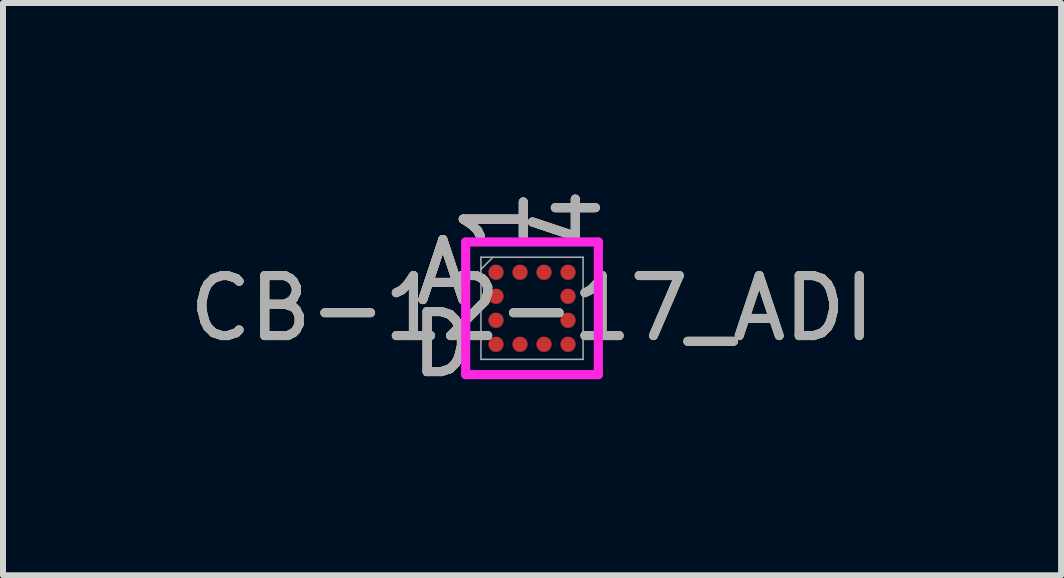
<source format=kicad_pcb>
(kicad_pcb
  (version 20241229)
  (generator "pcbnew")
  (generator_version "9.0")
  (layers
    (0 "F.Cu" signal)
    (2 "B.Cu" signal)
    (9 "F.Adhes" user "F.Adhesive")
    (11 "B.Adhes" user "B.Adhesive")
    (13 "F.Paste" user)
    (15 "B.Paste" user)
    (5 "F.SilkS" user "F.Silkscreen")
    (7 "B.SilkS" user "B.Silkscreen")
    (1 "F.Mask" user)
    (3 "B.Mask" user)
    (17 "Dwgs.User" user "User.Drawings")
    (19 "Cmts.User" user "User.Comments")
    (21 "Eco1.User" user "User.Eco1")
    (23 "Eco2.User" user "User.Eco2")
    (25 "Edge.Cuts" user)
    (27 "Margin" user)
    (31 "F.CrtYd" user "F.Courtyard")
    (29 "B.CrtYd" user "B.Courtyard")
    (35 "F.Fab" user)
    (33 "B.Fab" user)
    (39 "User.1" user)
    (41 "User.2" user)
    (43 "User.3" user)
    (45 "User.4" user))
  (footprint "CB-12-17_ADI"
    (layer "F.Cu")
    (at 5.815 2.087)
    (property "Reference" "CB-12-17_ADI" (at 0 0 0) (unlocked yes) (layer "F.SilkS") (effects (font (size 1 1) (thickness 0.15))))
    (attr smd)
    (fp_poly (pts (xy -1.244 -1.244) (xy 1.244 -1.244) (xy 1.244 1.244) (xy -1.244 1.244)) (stroke (width 0.1) (type solid)) (fill no) (layer "Eco2.User"))
    (fp_line (start -1.105 -1.105) (end 1.105 -1.105) (stroke (width 0.152) (type solid)) (layer "F.CrtYd"))
    (fp_line (start -1.105 1.105) (end -1.105 -1.105) (stroke (width 0.152) (type solid)) (layer "F.CrtYd"))
    (fp_line (start 1.105 -1.105) (end 1.105 1.105) (stroke (width 0.152) (type solid)) (layer "F.CrtYd"))
    (fp_line (start 1.105 1.105) (end -1.105 1.105) (stroke (width 0.152) (type solid)) (layer "F.CrtYd"))
    (fp_line (start -0.851 -0.851) (end -0.851 0.851) (stroke (width 0.025) (type solid)) (layer "F.Fab"))
    (fp_line (start -0.851 0.851) (end 0.851 0.851) (stroke (width 0.025) (type solid)) (layer "F.Fab"))
    (fp_line (start -0.651 -0.851) (end -0.851 -0.651) (stroke (width 0.025) (type solid)) (layer "F.Fab"))
    (fp_line (start 0.851 -0.851) (end -0.851 -0.851) (stroke (width 0.025) (type solid)) (layer "F.Fab"))
    (fp_line (start 0.851 0.851) (end 0.851 -0.851) (stroke (width 0.025) (type solid)) (layer "F.Fab"))
    (fp_text user "D" (at -1.486 0.6 0) (unlocked yes) (layer "F.SilkS") (effects (font (size 1 1) (thickness 0.15))))
    (fp_text user "1" (at -0.6 -1.486 90) (unlocked yes) (layer "F.SilkS") (effects (font (size 1 1) (thickness 0.15))))
    (fp_text user "A" (at -1.486 -0.6 0) (unlocked yes) (layer "F.SilkS") (effects (font (size 1 1) (thickness 0.15))))
    (fp_text user "4" (at 0.6 -1.486 90) (unlocked yes) (layer "F.SilkS") (effects (font (size 1 1) (thickness 0.15))))
    (fp_text user "D" (at -1.486 0.6 0) (unlocked yes) (layer "B.SilkS") (effects (font (size 1 1) (thickness 0.15))))
    (fp_text user "4" (at 0.6 -1.486 90) (unlocked yes) (layer "B.SilkS") (effects (font (size 1 1) (thickness 0.15))))
    (fp_text user "A" (at -1.486 -0.6 0) (unlocked yes) (layer "B.SilkS") (effects (font (size 1 1) (thickness 0.15))))
    (fp_text user "1" (at -0.6 -1.486 90) (unlocked yes) (layer "B.SilkS") (effects (font (size 1 1) (thickness 0.15))))
    (fp_text user "D" (at -1.486 0.6 0) (unlocked yes) (layer "F.Fab") (effects (font (size 1 1) (thickness 0.15))))
    (fp_text user "4" (at 0.6 -1.486 90) (unlocked yes) (layer "F.Fab") (effects (font (size 1 1) (thickness 0.15))))
    (fp_text user "${REFERENCE}" (at 0 0 0) (unlocked yes) (layer "F.Fab") (effects (font (size 1 1) (thickness 0.15))))
    (fp_text user "A" (at -1.486 -0.6 0) (unlocked yes) (layer "F.Fab") (effects (font (size 1 1) (thickness 0.15))))
    (fp_text user "1" (at -0.6 -1.486 90) (unlocked yes) (layer "F.Fab") (effects (font (size 1 1) (thickness 0.15))))
    (pad "A1" smd circle (at -0.6 -0.6) (size 0.254 0.254) (layers "F.Cu" "F.Mask" "F.Paste"))
    (pad "A2" smd circle (at -0.2 -0.6) (size 0.254 0.254) (layers "F.Cu" "F.Mask" "F.Paste"))
    (pad "A3" smd circle (at 0.2 -0.6) (size 0.254 0.254) (layers "F.Cu" "F.Mask" "F.Paste"))
    (pad "A4" smd circle (at 0.6 -0.6) (size 0.254 0.254) (layers "F.Cu" "F.Mask" "F.Paste"))
    (pad "B1" smd circle (at -0.6 -0.2) (size 0.254 0.254) (layers "F.Cu" "F.Mask" "F.Paste"))
    (pad "B4" smd circle (at 0.6 -0.2) (size 0.254 0.254) (layers "F.Cu" "F.Mask" "F.Paste"))
    (pad "C1" smd circle (at -0.6 0.2) (size 0.254 0.254) (layers "F.Cu" "F.Mask" "F.Paste"))
    (pad "C4" smd circle (at 0.6 0.2) (size 0.254 0.254) (layers "F.Cu" "F.Mask" "F.Paste"))
    (pad "D1" smd circle (at -0.6 0.6) (size 0.254 0.254) (layers "F.Cu" "F.Mask" "F.Paste"))
    (pad "D2" smd circle (at -0.2 0.6) (size 0.254 0.254) (layers "F.Cu" "F.Mask" "F.Paste"))
    (pad "D3" smd circle (at 0.2 0.6) (size 0.254 0.254) (layers "F.Cu" "F.Mask" "F.Paste"))
    (pad "D4" smd circle (at 0.6 0.6) (size 0.254 0.254) (layers "F.Cu" "F.Mask" "F.Paste")))
  (gr_rect
    (start -3 -3)
    (end 14.631 6.535)
    (stroke (width 0.1) (type default))
    (fill no)
    (layer "Edge.Cuts")))
</source>
